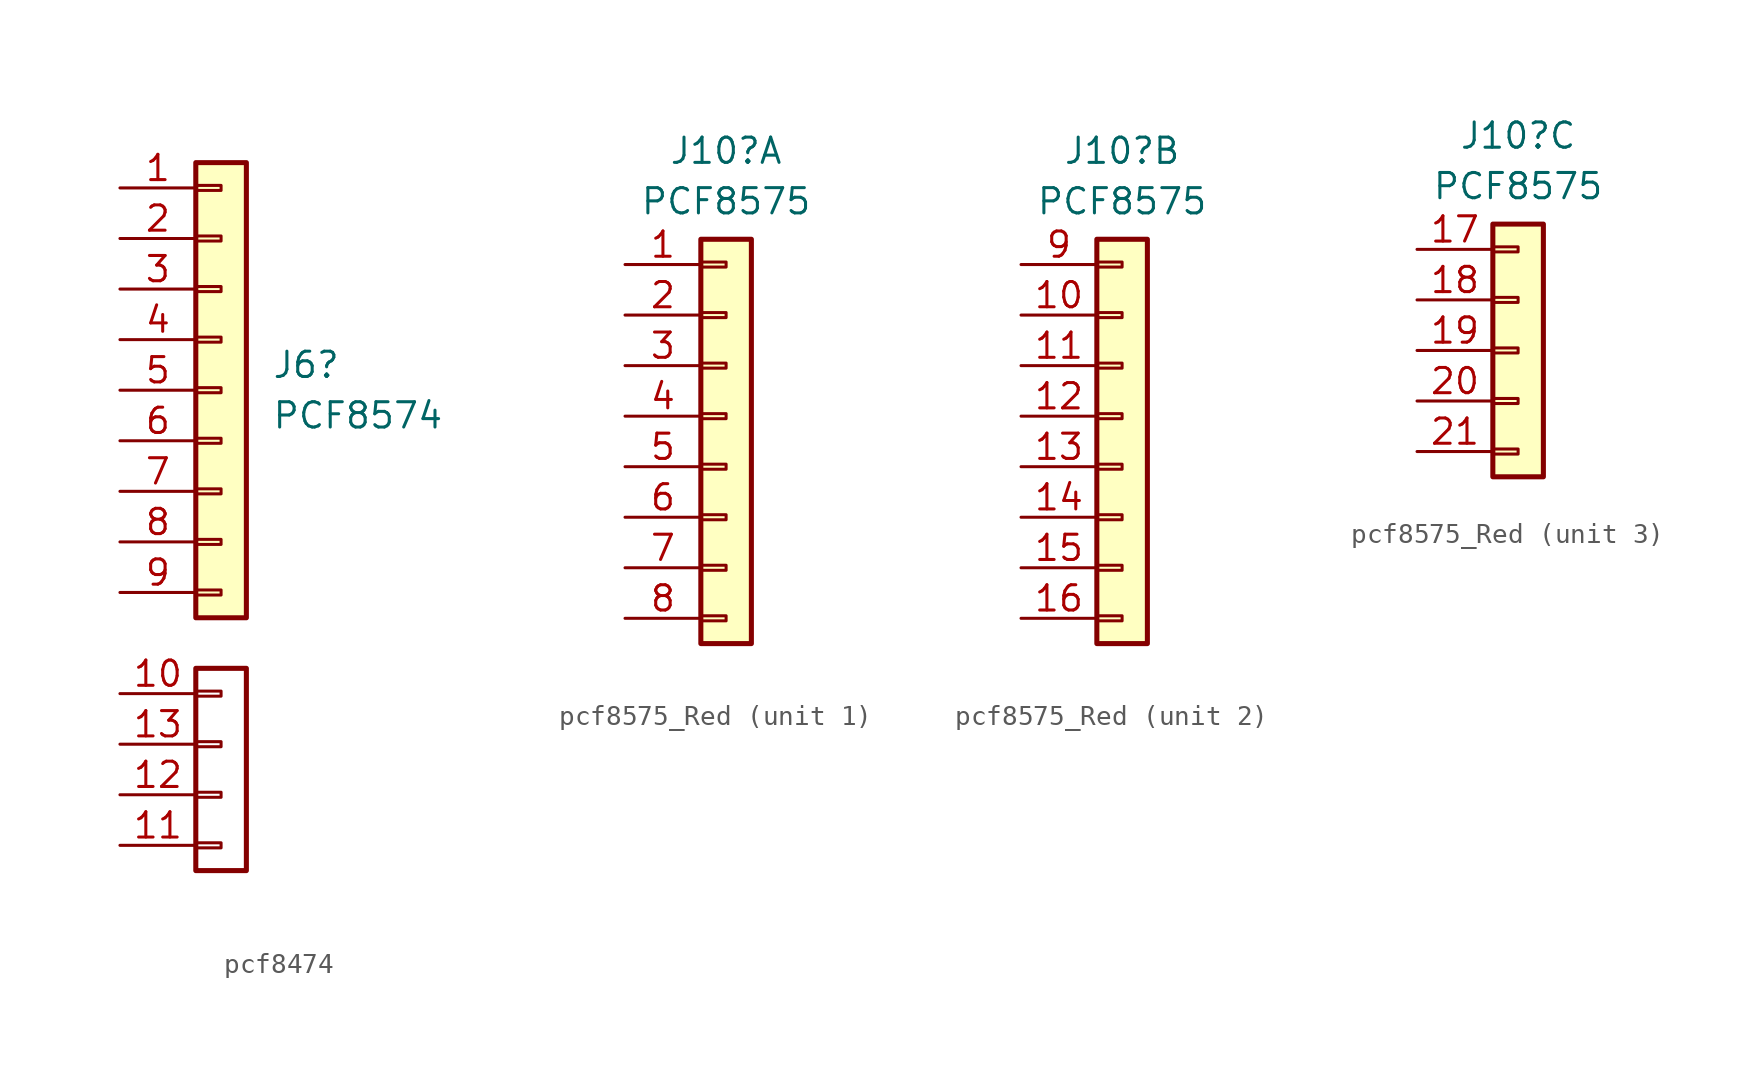
<source format=kicad_sym>
(kicad_symbol_lib
  (version 20220914)
  (generator kicad_symbol_editor)
  (symbol "pcf8474"
    (pin_names
      (offset 1.016) hide)
    (property "Reference" "J6"
      (at 2.54 1.27 0)
      (effects (font (size 1.27 1.27)) (justify left)))
    (property "Value" "PCF8574"
      (at 2.54 -1.27 0)
      (effects (font (size 1.27 1.27)) (justify left)))
    (symbol "pcf8474_1_1"
      (rectangle (start -1.27 -10.033) (end 0 -10.287) (stroke (width 0.152) (type default)) (fill (type none)))
      (rectangle (start -1.27 -7.493) (end 0 -7.747) (stroke (width 0.152) (type default)) (fill (type none)))
      (rectangle (start -1.27 -4.953) (end 0 -5.207) (stroke (width 0.152) (type default)) (fill (type none)))
      (rectangle (start -1.27 -2.413) (end 0 -2.667) (stroke (width 0.152) (type default)) (fill (type none)))
      (rectangle (start -1.27 0.127) (end 0 -0.127) (stroke (width 0.152) (type default)) (fill (type none)))
      (rectangle (start -1.27 2.667) (end 0 2.413) (stroke (width 0.152) (type default)) (fill (type none)))
      (rectangle (start -1.27 5.207) (end 0 4.953) (stroke (width 0.152) (type default)) (fill (type none)))
      (rectangle (start -1.27 7.747) (end 0 7.493) (stroke (width 0.152) (type default)) (fill (type none)))
      (rectangle (start -1.27 10.287) (end 0 10.033) (stroke (width 0.152) (type default)) (fill (type none)))
      (rectangle (start -1.27 11.43) (end 1.27 -11.43) (stroke (width 0.254) (type default)) (fill (type background)))
      (rectangle (start 0 -22.733) (end -1.27 -22.987) (stroke (width 0.152) (type default)) (fill (type none)))
      (rectangle (start 0 -20.193) (end -1.27 -20.447) (stroke (width 0.152) (type default)) (fill (type none)))
      (rectangle (start 0 -17.653) (end -1.27 -17.907) (stroke (width 0.152) (type default)) (fill (type none)))
      (rectangle (start 0 -15.113) (end -1.27 -15.367) (stroke (width 0.152) (type default)) (fill (type none)))
      (polyline (pts (xy -1.27 -13.97) (xy 1.27 -13.97) (xy 1.27 -24.13) (xy -1.27 -24.13) (xy -1.27 -13.97)) (stroke (width 0.254) (type default)) (fill (type none)))
      (pin passive line (at -5.08 10.16 0) (length 3.81) (name "Pin_1" (effects (font (size 1.27 1.27)))) (number "1" (effects (font (size 1.27 1.27)))))
      (pin passive line (at -5.08 -15.24 0) (length 3.81) (name "Pin_4" (effects (font (size 1.27 1.27)))) (number "10" (effects (font (size 1.27 1.27)))))
      (pin passive line (at -5.08 -22.86 0) (length 3.81) (name "Pin_1" (effects (font (size 1.27 1.27)))) (number "11" (effects (font (size 1.27 1.27)))))
      (pin passive line (at -5.08 -20.32 0) (length 3.81) (name "Pin_2" (effects (font (size 1.27 1.27)))) (number "12" (effects (font (size 1.27 1.27)))))
      (pin passive line (at -5.08 -17.78 0) (length 3.81) (name "Pin_3" (effects (font (size 1.27 1.27)))) (number "13" (effects (font (size 1.27 1.27)))))
      (pin passive line (at -5.08 7.62 0) (length 3.81) (name "Pin_2" (effects (font (size 1.27 1.27)))) (number "2" (effects (font (size 1.27 1.27)))))
      (pin passive line (at -5.08 5.08 0) (length 3.81) (name "Pin_3" (effects (font (size 1.27 1.27)))) (number "3" (effects (font (size 1.27 1.27)))))
      (pin passive line (at -5.08 2.54 0) (length 3.81) (name "Pin_4" (effects (font (size 1.27 1.27)))) (number "4" (effects (font (size 1.27 1.27)))))
      (pin passive line (at -5.08 0 0) (length 3.81) (name "Pin_5" (effects (font (size 1.27 1.27)))) (number "5" (effects (font (size 1.27 1.27)))))
      (pin passive line (at -5.08 -2.54 0) (length 3.81) (name "Pin_6" (effects (font (size 1.27 1.27)))) (number "6" (effects (font (size 1.27 1.27)))))
      (pin passive line (at -5.08 -5.08 0) (length 3.81) (name "Pin_7" (effects (font (size 1.27 1.27)))) (number "7" (effects (font (size 1.27 1.27)))))
      (pin passive line (at -5.08 -7.62 0) (length 3.81) (name "Pin_8" (effects (font (size 1.27 1.27)))) (number "8" (effects (font (size 1.27 1.27)))))
      (pin passive line (at -5.08 -10.16 0) (length 3.81) (name "Pin_9" (effects (font (size 1.27 1.27)))) (number "9" (effects (font (size 1.27 1.27)))))))
  (symbol "pcf8575_Red"
    (pin_names
      (offset 1.016) hide)
    (property "Reference" "J10"
      (at 0 15.875 0)
      (effects (font (size 1.27 1.27))))
    (property "Value" "PCF8575"
      (at 0 13.335 0)
      (effects (font (size 1.27 1.27))))
    (property "ki_locked" ""
      (at 0 0 0)
      (effects (font (size 1.27 1.27))))
    (symbol "pcf8575_Red_1_1"
      (rectangle (start -1.27 -7.493) (end 0 -7.747) (stroke (width 0.152) (type default)) (fill (type none)))
      (rectangle (start -1.27 -4.953) (end 0 -5.207) (stroke (width 0.152) (type default)) (fill (type none)))
      (rectangle (start -1.27 -2.413) (end 0 -2.667) (stroke (width 0.152) (type default)) (fill (type none)))
      (rectangle (start -1.27 0.127) (end 0 -0.127) (stroke (width 0.152) (type default)) (fill (type none)))
      (rectangle (start -1.27 2.667) (end 0 2.413) (stroke (width 0.152) (type default)) (fill (type none)))
      (rectangle (start -1.27 5.207) (end 0 4.953) (stroke (width 0.152) (type default)) (fill (type none)))
      (rectangle (start -1.27 7.747) (end 0 7.493) (stroke (width 0.152) (type default)) (fill (type none)))
      (rectangle (start -1.27 10.287) (end 0 10.033) (stroke (width 0.152) (type default)) (fill (type none)))
      (rectangle (start -1.27 11.43) (end 1.27 -8.89) (stroke (width 0.254) (type default)) (fill (type background)))
      (pin passive line (at -5.08 10.16 0) (length 3.81) (name "Pin_1" (effects (font (size 1.27 1.27)))) (number "1" (effects (font (size 1.27 1.27)))))
      (pin passive line (at -5.08 7.62 0) (length 3.81) (name "Pin_2" (effects (font (size 1.27 1.27)))) (number "2" (effects (font (size 1.27 1.27)))))
      (pin passive line (at -5.08 5.08 0) (length 3.81) (name "Pin_3" (effects (font (size 1.27 1.27)))) (number "3" (effects (font (size 1.27 1.27)))))
      (pin passive line (at -5.08 2.54 0) (length 3.81) (name "Pin_4" (effects (font (size 1.27 1.27)))) (number "4" (effects (font (size 1.27 1.27)))))
      (pin passive line (at -5.08 0 0) (length 3.81) (name "Pin_5" (effects (font (size 1.27 1.27)))) (number "5" (effects (font (size 1.27 1.27)))))
      (pin passive line (at -5.08 -2.54 0) (length 3.81) (name "Pin_6" (effects (font (size 1.27 1.27)))) (number "6" (effects (font (size 1.27 1.27)))))
      (pin passive line (at -5.08 -5.08 0) (length 3.81) (name "Pin_7" (effects (font (size 1.27 1.27)))) (number "7" (effects (font (size 1.27 1.27)))))
      (pin passive line (at -5.08 -7.62 0) (length 3.81) (name "Pin_8" (effects (font (size 1.27 1.27)))) (number "8" (effects (font (size 1.27 1.27))))))
    (symbol "pcf8575_Red_2_1"
      (rectangle (start -1.27 11.43) (end 1.27 -8.89) (stroke (width 0.254) (type default)) (fill (type background)))
      (rectangle (start 0 -7.493) (end -1.27 -7.747) (stroke (width 0.152) (type default)) (fill (type none)))
      (rectangle (start 0 -4.953) (end -1.27 -5.207) (stroke (width 0.152) (type default)) (fill (type none)))
      (rectangle (start 0 -2.413) (end -1.27 -2.667) (stroke (width 0.152) (type default)) (fill (type none)))
      (rectangle (start 0 0.127) (end -1.27 -0.127) (stroke (width 0.152) (type default)) (fill (type none)))
      (rectangle (start 0 2.667) (end -1.27 2.413) (stroke (width 0.152) (type default)) (fill (type none)))
      (rectangle (start 0 5.207) (end -1.27 4.953) (stroke (width 0.152) (type default)) (fill (type none)))
      (rectangle (start 0 7.747) (end -1.27 7.493) (stroke (width 0.152) (type default)) (fill (type none)))
      (rectangle (start 0 10.287) (end -1.27 10.033) (stroke (width 0.152) (type default)) (fill (type none)))
      (pin passive line (at -5.08 7.62 0) (length 3.81) (name "Pin_12" (effects (font (size 1.27 1.27)))) (number "10" (effects (font (size 1.27 1.27)))))
      (pin passive line (at -5.08 5.08 0) (length 3.81) (name "Pin_13" (effects (font (size 1.27 1.27)))) (number "11" (effects (font (size 1.27 1.27)))))
      (pin passive line (at -5.08 2.54 0) (length 3.81) (name "Pin_14" (effects (font (size 1.27 1.27)))) (number "12" (effects (font (size 1.27 1.27)))))
      (pin passive line (at -5.08 0 0) (length 3.81) (name "Pin_15" (effects (font (size 1.27 1.27)))) (number "13" (effects (font (size 1.27 1.27)))))
      (pin passive line (at -5.08 -2.54 0) (length 3.81) (name "Pin_16" (effects (font (size 1.27 1.27)))) (number "14" (effects (font (size 1.27 1.27)))))
      (pin passive line (at -5.08 -5.08 0) (length 3.81) (name "Pin_17" (effects (font (size 1.27 1.27)))) (number "15" (effects (font (size 1.27 1.27)))))
      (pin passive line (at -5.08 -7.62 0) (length 3.81) (name "Pin_18" (effects (font (size 1.27 1.27)))) (number "16" (effects (font (size 1.27 1.27)))))
      (pin passive line (at -5.08 10.16 0) (length 3.81) (name "Pin_11" (effects (font (size 1.27 1.27)))) (number "9" (effects (font (size 1.27 1.27))))))
    (symbol "pcf8575_Red_3_1"
      (rectangle (start -1.27 0.127) (end 0 -0.127) (stroke (width 0.152) (type default)) (fill (type none)))
      (rectangle (start -1.27 2.667) (end 0 2.413) (stroke (width 0.152) (type default)) (fill (type none)))
      (rectangle (start -1.27 5.207) (end 0 4.953) (stroke (width 0.152) (type default)) (fill (type none)))
      (rectangle (start -1.27 7.747) (end 0 7.493) (stroke (width 0.152) (type default)) (fill (type none)))
      (rectangle (start -1.27 10.287) (end 0 10.033) (stroke (width 0.152) (type default)) (fill (type none)))
      (rectangle (start -1.27 11.43) (end 1.27 -1.27) (stroke (width 0.254) (type default)) (fill (type background)))
      (pin passive line (at -5.08 10.16 0) (length 3.81) (name "Pin_21" (effects (font (size 1.27 1.27)))) (number "17" (effects (font (size 1.27 1.27)))))
      (pin passive line (at -5.08 7.62 0) (length 3.81) (name "18" (effects (font (size 1.27 1.27)))) (number "18" (effects (font (size 1.27 1.27)))))
      (pin passive line (at -5.08 5.08 0) (length 3.81) (name "19" (effects (font (size 1.27 1.27)))) (number "19" (effects (font (size 1.27 1.27)))))
      (pin passive line (at -5.08 2.54 0) (length 3.81) (name "Pin_24" (effects (font (size 1.27 1.27)))) (number "20" (effects (font (size 1.27 1.27)))))
      (pin passive line (at -5.08 0 0) (length 3.81) (name "Pin_25" (effects (font (size 1.27 1.27)))) (number "21" (effects (font (size 1.27 1.27))))))))
</source>
